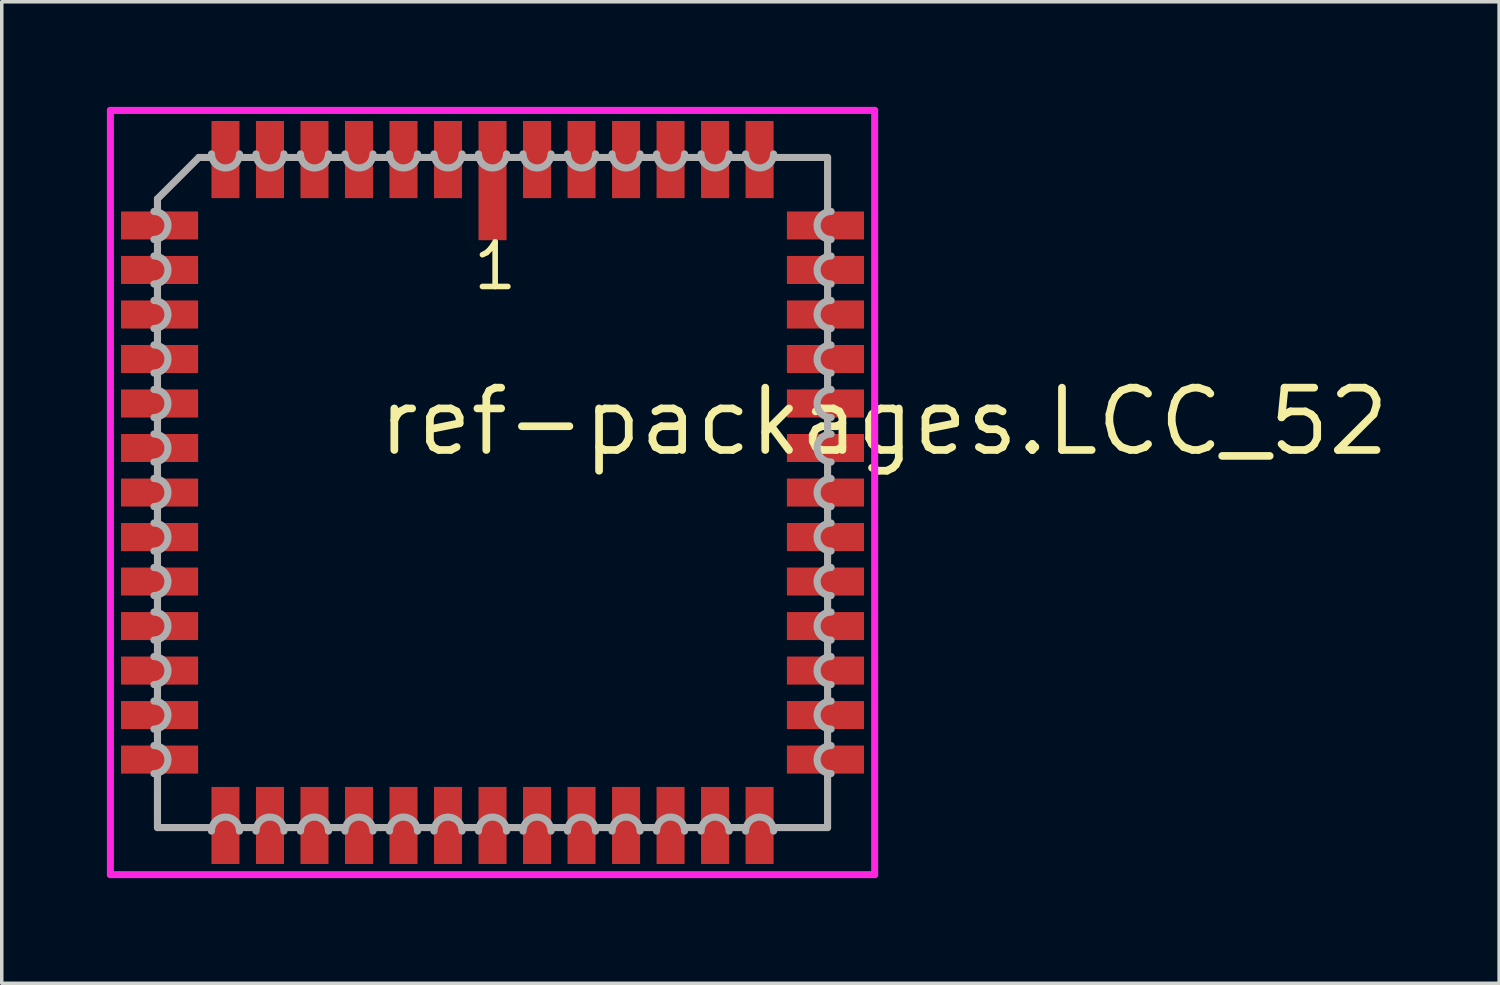
<source format=kicad_pcb>
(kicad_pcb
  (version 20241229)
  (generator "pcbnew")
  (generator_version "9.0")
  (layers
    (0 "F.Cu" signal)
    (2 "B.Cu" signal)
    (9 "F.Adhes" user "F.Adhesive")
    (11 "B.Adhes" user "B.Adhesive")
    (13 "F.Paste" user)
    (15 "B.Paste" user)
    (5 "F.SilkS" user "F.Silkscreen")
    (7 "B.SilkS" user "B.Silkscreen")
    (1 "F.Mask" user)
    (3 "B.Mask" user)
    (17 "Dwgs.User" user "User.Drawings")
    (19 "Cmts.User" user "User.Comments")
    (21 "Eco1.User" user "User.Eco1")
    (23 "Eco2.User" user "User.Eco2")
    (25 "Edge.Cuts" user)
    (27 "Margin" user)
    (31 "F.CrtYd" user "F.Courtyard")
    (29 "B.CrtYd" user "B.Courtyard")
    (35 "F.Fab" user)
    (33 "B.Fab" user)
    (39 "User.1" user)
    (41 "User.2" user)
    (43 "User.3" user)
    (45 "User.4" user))
  (footprint "ref-packages.LCC_52"
    (layer "F.Cu")
    (at 11.003 11.003)
    (property "Reference" "ref-packages.LCC_52" (at -3.37 -0.985 0) (layer "F.SilkS") (effects (font (size 1.778 1.778) (thickness 0.22)) (justify left bottom)))
    (attr smd)
    (fp_line (start -10.903 -10.903) (end 10.903 -10.903) (stroke (width 0.2) (type default)) (layer "F.CrtYd"))
    (fp_line (start -10.903 10.903) (end -10.903 -10.903) (stroke (width 0.2) (type default)) (layer "F.CrtYd"))
    (fp_line (start 10.903 -10.903) (end 10.903 10.903) (stroke (width 0.2) (type default)) (layer "F.CrtYd"))
    (fp_line (start 10.903 10.903) (end -10.903 10.903) (stroke (width 0.2) (type default)) (layer "F.CrtYd"))
    (fp_line (start -9.56 -8.38) (end -9.56 -8.02) (stroke (width 0.203) (type default)) (layer "F.Fab"))
    (fp_line (start -9.56 -7.22) (end -9.56 -6.75) (stroke (width 0.203) (type default)) (layer "F.Fab"))
    (fp_line (start -9.56 -5.95) (end -9.56 -5.48) (stroke (width 0.203) (type default)) (layer "F.Fab"))
    (fp_line (start -9.56 -4.68) (end -9.56 -4.21) (stroke (width 0.203) (type default)) (layer "F.Fab"))
    (fp_line (start -9.56 -3.41) (end -9.56 -2.94) (stroke (width 0.203) (type default)) (layer "F.Fab"))
    (fp_line (start -9.56 -2.14) (end -9.56 -1.67) (stroke (width 0.203) (type default)) (layer "F.Fab"))
    (fp_line (start -9.56 -0.87) (end -9.56 -0.4) (stroke (width 0.203) (type default)) (layer "F.Fab"))
    (fp_line (start -9.56 0.4) (end -9.56 0.87) (stroke (width 0.203) (type default)) (layer "F.Fab"))
    (fp_line (start -9.56 1.67) (end -9.56 2.14) (stroke (width 0.203) (type default)) (layer "F.Fab"))
    (fp_line (start -9.56 2.94) (end -9.56 3.41) (stroke (width 0.203) (type default)) (layer "F.Fab"))
    (fp_line (start -9.56 4.21) (end -9.56 4.68) (stroke (width 0.203) (type default)) (layer "F.Fab"))
    (fp_line (start -9.56 5.48) (end -9.56 5.95) (stroke (width 0.203) (type default)) (layer "F.Fab"))
    (fp_line (start -9.56 6.75) (end -9.56 7.22) (stroke (width 0.203) (type default)) (layer "F.Fab"))
    (fp_line (start -9.56 8.02) (end -9.56 9.56) (stroke (width 0.203) (type default)) (layer "F.Fab"))
    (fp_line (start -9.56 9.56) (end -8.02 9.56) (stroke (width 0.203) (type default)) (layer "F.Fab"))
    (fp_line (start -8.38 -9.56) (end -9.56 -8.38) (stroke (width 0.203) (type default)) (layer "F.Fab"))
    (fp_line (start -8.02 -9.56) (end -8.38 -9.56) (stroke (width 0.203) (type default)) (layer "F.Fab"))
    (fp_line (start -7.22 9.56) (end -6.75 9.56) (stroke (width 0.203) (type default)) (layer "F.Fab"))
    (fp_line (start -6.75 -9.56) (end -7.22 -9.56) (stroke (width 0.203) (type default)) (layer "F.Fab"))
    (fp_line (start -5.95 9.56) (end -5.48 9.56) (stroke (width 0.203) (type default)) (layer "F.Fab"))
    (fp_line (start -5.48 -9.56) (end -5.95 -9.56) (stroke (width 0.203) (type default)) (layer "F.Fab"))
    (fp_line (start -4.68 9.56) (end -4.21 9.56) (stroke (width 0.203) (type default)) (layer "F.Fab"))
    (fp_line (start -4.21 -9.56) (end -4.68 -9.56) (stroke (width 0.203) (type default)) (layer "F.Fab"))
    (fp_line (start -3.41 9.56) (end -2.94 9.56) (stroke (width 0.203) (type default)) (layer "F.Fab"))
    (fp_line (start -2.94 -9.56) (end -3.41 -9.56) (stroke (width 0.203) (type default)) (layer "F.Fab"))
    (fp_line (start -2.14 9.56) (end -1.67 9.56) (stroke (width 0.203) (type default)) (layer "F.Fab"))
    (fp_line (start -1.67 -9.56) (end -2.14 -9.56) (stroke (width 0.203) (type default)) (layer "F.Fab"))
    (fp_line (start -0.87 9.56) (end -0.4 9.56) (stroke (width 0.203) (type default)) (layer "F.Fab"))
    (fp_line (start -0.4 -9.56) (end -0.87 -9.56) (stroke (width 0.203) (type default)) (layer "F.Fab"))
    (fp_line (start 0.4 9.56) (end 0.87 9.56) (stroke (width 0.203) (type default)) (layer "F.Fab"))
    (fp_line (start 0.87 -9.56) (end 0.4 -9.56) (stroke (width 0.203) (type default)) (layer "F.Fab"))
    (fp_line (start 1.67 9.56) (end 2.14 9.56) (stroke (width 0.203) (type default)) (layer "F.Fab"))
    (fp_line (start 2.14 -9.56) (end 1.67 -9.56) (stroke (width 0.203) (type default)) (layer "F.Fab"))
    (fp_line (start 2.94 9.56) (end 3.41 9.56) (stroke (width 0.203) (type default)) (layer "F.Fab"))
    (fp_line (start 3.41 -9.56) (end 2.94 -9.56) (stroke (width 0.203) (type default)) (layer "F.Fab"))
    (fp_line (start 4.21 9.56) (end 4.68 9.56) (stroke (width 0.203) (type default)) (layer "F.Fab"))
    (fp_line (start 4.68 -9.56) (end 4.21 -9.56) (stroke (width 0.203) (type default)) (layer "F.Fab"))
    (fp_line (start 5.48 9.56) (end 5.95 9.56) (stroke (width 0.203) (type default)) (layer "F.Fab"))
    (fp_line (start 5.95 -9.56) (end 5.48 -9.56) (stroke (width 0.203) (type default)) (layer "F.Fab"))
    (fp_line (start 6.75 9.56) (end 7.22 9.56) (stroke (width 0.203) (type default)) (layer "F.Fab"))
    (fp_line (start 7.22 -9.56) (end 6.75 -9.56) (stroke (width 0.203) (type default)) (layer "F.Fab"))
    (fp_line (start 8.02 9.56) (end 9.56 9.56) (stroke (width 0.203) (type default)) (layer "F.Fab"))
    (fp_line (start 9.56 -9.56) (end 8.02 -9.56) (stroke (width 0.203) (type default)) (layer "F.Fab"))
    (fp_line (start 9.56 -8.02) (end 9.56 -9.56) (stroke (width 0.203) (type default)) (layer "F.Fab"))
    (fp_line (start 9.56 -6.75) (end 9.56 -7.22) (stroke (width 0.203) (type default)) (layer "F.Fab"))
    (fp_line (start 9.56 -5.48) (end 9.56 -5.95) (stroke (width 0.203) (type default)) (layer "F.Fab"))
    (fp_line (start 9.56 -4.21) (end 9.56 -4.68) (stroke (width 0.203) (type default)) (layer "F.Fab"))
    (fp_line (start 9.56 -2.94) (end 9.56 -3.41) (stroke (width 0.203) (type default)) (layer "F.Fab"))
    (fp_line (start 9.56 -1.67) (end 9.56 -2.14) (stroke (width 0.203) (type default)) (layer "F.Fab"))
    (fp_line (start 9.56 -0.4) (end 9.56 -0.87) (stroke (width 0.203) (type default)) (layer "F.Fab"))
    (fp_line (start 9.56 0.87) (end 9.56 0.4) (stroke (width 0.203) (type default)) (layer "F.Fab"))
    (fp_line (start 9.56 2.14) (end 9.56 1.67) (stroke (width 0.203) (type default)) (layer "F.Fab"))
    (fp_line (start 9.56 3.41) (end 9.56 2.94) (stroke (width 0.203) (type default)) (layer "F.Fab"))
    (fp_line (start 9.56 4.68) (end 9.56 4.21) (stroke (width 0.203) (type default)) (layer "F.Fab"))
    (fp_line (start 9.56 5.95) (end 9.56 5.48) (stroke (width 0.203) (type default)) (layer "F.Fab"))
    (fp_line (start 9.56 7.22) (end 9.56 6.75) (stroke (width 0.203) (type default)) (layer "F.Fab"))
    (fp_line (start 9.56 9.56) (end 9.56 8.02) (stroke (width 0.203) (type default)) (layer "F.Fab"))
    (fp_arc (start -9.6599 -8.02) (mid -9.2599 -7.62) (end -9.6599 -7.22) (stroke (width 0.2032) (type default)) (layer "F.Fab"))
    (fp_arc (start -9.6599 -6.75) (mid -9.2599 -6.35) (end -9.6599 -5.95) (stroke (width 0.2032) (type default)) (layer "F.Fab"))
    (fp_arc (start -9.6599 -5.48) (mid -9.2599 -5.08) (end -9.6599 -4.68) (stroke (width 0.2032) (type default)) (layer "F.Fab"))
    (fp_arc (start -9.6599 -4.21) (mid -9.2599 -3.81) (end -9.6599 -3.41) (stroke (width 0.2032) (type default)) (layer "F.Fab"))
    (fp_arc (start -9.6599 -2.94) (mid -9.2599 -2.54) (end -9.6599 -2.14) (stroke (width 0.2032) (type default)) (layer "F.Fab"))
    (fp_arc (start -9.6599 -1.67) (mid -9.2599 -1.27) (end -9.6599 -0.87) (stroke (width 0.2032) (type default)) (layer "F.Fab"))
    (fp_arc (start -9.6599 -0.4001) (mid -9.2598 0) (end -9.6599 0.4001) (stroke (width 0.2032) (type default)) (layer "F.Fab"))
    (fp_arc (start -9.6599 0.8699) (mid -9.2598 1.27) (end -9.6599 1.6701) (stroke (width 0.2032) (type default)) (layer "F.Fab"))
    (fp_arc (start -9.6599 2.1399) (mid -9.2598 2.54) (end -9.6599 2.9401) (stroke (width 0.2032) (type default)) (layer "F.Fab"))
    (fp_arc (start -9.6599 3.4099) (mid -9.2598 3.81) (end -9.6599 4.2101) (stroke (width 0.2032) (type default)) (layer "F.Fab"))
    (fp_arc (start -9.6599 4.6799) (mid -9.2598 5.08) (end -9.6599 5.4801) (stroke (width 0.2032) (type default)) (layer "F.Fab"))
    (fp_arc (start -9.6599 5.9499) (mid -9.2598 6.35) (end -9.6599 6.7501) (stroke (width 0.2032) (type default)) (layer "F.Fab"))
    (fp_arc (start -9.6599 7.2199) (mid -9.2598 7.62) (end -9.6599 8.0201) (stroke (width 0.2032) (type default)) (layer "F.Fab"))
    (fp_arc (start -8.0201 9.6599) (mid -7.62 9.2598) (end -7.2199 9.6599) (stroke (width 0.2032) (type default)) (layer "F.Fab"))
    (fp_arc (start -7.2199 -9.6599) (mid -7.62 -9.2598) (end -8.0201 -9.6599) (stroke (width 0.2032) (type default)) (layer "F.Fab"))
    (fp_arc (start -6.7501 9.6599) (mid -6.35 9.2598) (end -5.9499 9.6599) (stroke (width 0.2032) (type default)) (layer "F.Fab"))
    (fp_arc (start -5.9499 -9.6599) (mid -6.35 -9.2598) (end -6.7501 -9.6599) (stroke (width 0.2032) (type default)) (layer "F.Fab"))
    (fp_arc (start -5.4801 9.6599) (mid -5.08 9.2598) (end -4.6799 9.6599) (stroke (width 0.2032) (type default)) (layer "F.Fab"))
    (fp_arc (start -4.6799 -9.6599) (mid -5.08 -9.2598) (end -5.4801 -9.6599) (stroke (width 0.2032) (type default)) (layer "F.Fab"))
    (fp_arc (start -4.2101 9.6599) (mid -3.81 9.2598) (end -3.4099 9.6599) (stroke (width 0.2032) (type default)) (layer "F.Fab"))
    (fp_arc (start -3.4099 -9.6599) (mid -3.81 -9.2598) (end -4.2101 -9.6599) (stroke (width 0.2032) (type default)) (layer "F.Fab"))
    (fp_arc (start -2.9401 9.6599) (mid -2.54 9.2598) (end -2.1399 9.6599) (stroke (width 0.2032) (type default)) (layer "F.Fab"))
    (fp_arc (start -2.1399 -9.6599) (mid -2.54 -9.2598) (end -2.9401 -9.6599) (stroke (width 0.2032) (type default)) (layer "F.Fab"))
    (fp_arc (start -1.6701 9.6599) (mid -1.27 9.2598) (end -0.8699 9.6599) (stroke (width 0.2032) (type default)) (layer "F.Fab"))
    (fp_arc (start -0.8699 -9.6599) (mid -1.27 -9.2598) (end -1.6701 -9.6599) (stroke (width 0.2032) (type default)) (layer "F.Fab"))
    (fp_arc (start -0.4001 9.6599) (mid 0 9.2598) (end 0.4001 9.6599) (stroke (width 0.2032) (type default)) (layer "F.Fab"))
    (fp_arc (start 0.4001 -9.6599) (mid 0 -9.2598) (end -0.4001 -9.6599) (stroke (width 0.2032) (type default)) (layer "F.Fab"))
    (fp_arc (start 0.87 9.6599) (mid 1.27 9.2599) (end 1.67 9.6599) (stroke (width 0.2032) (type default)) (layer "F.Fab"))
    (fp_arc (start 1.67 -9.6599) (mid 1.27 -9.2599) (end 0.87 -9.6599) (stroke (width 0.2032) (type default)) (layer "F.Fab"))
    (fp_arc (start 2.14 9.6599) (mid 2.54 9.2599) (end 2.94 9.6599) (stroke (width 0.2032) (type default)) (layer "F.Fab"))
    (fp_arc (start 2.94 -9.6599) (mid 2.54 -9.2599) (end 2.14 -9.6599) (stroke (width 0.2032) (type default)) (layer "F.Fab"))
    (fp_arc (start 3.41 9.6599) (mid 3.81 9.2599) (end 4.21 9.6599) (stroke (width 0.2032) (type default)) (layer "F.Fab"))
    (fp_arc (start 4.21 -9.6599) (mid 3.81 -9.2599) (end 3.41 -9.6599) (stroke (width 0.2032) (type default)) (layer "F.Fab"))
    (fp_arc (start 4.68 9.6599) (mid 5.08 9.2599) (end 5.48 9.6599) (stroke (width 0.2032) (type default)) (layer "F.Fab"))
    (fp_arc (start 5.48 -9.6599) (mid 5.08 -9.2599) (end 4.68 -9.6599) (stroke (width 0.2032) (type default)) (layer "F.Fab"))
    (fp_arc (start 5.95 9.6599) (mid 6.35 9.2599) (end 6.75 9.6599) (stroke (width 0.2032) (type default)) (layer "F.Fab"))
    (fp_arc (start 6.75 -9.6599) (mid 6.35 -9.2599) (end 5.95 -9.6599) (stroke (width 0.2032) (type default)) (layer "F.Fab"))
    (fp_arc (start 7.22 9.6599) (mid 7.62 9.2599) (end 8.02 9.6599) (stroke (width 0.2032) (type default)) (layer "F.Fab"))
    (fp_arc (start 8.02 -9.6599) (mid 7.62 -9.2599) (end 7.22 -9.6599) (stroke (width 0.2032) (type default)) (layer "F.Fab"))
    (fp_arc (start 9.6599 -7.2199) (mid 9.2598 -7.62) (end 9.6599 -8.0201) (stroke (width 0.2032) (type default)) (layer "F.Fab"))
    (fp_arc (start 9.6599 -5.9499) (mid 9.2598 -6.35) (end 9.6599 -6.7501) (stroke (width 0.2032) (type default)) (layer "F.Fab"))
    (fp_arc (start 9.6599 -4.68) (mid 9.2599 -5.08) (end 9.6599 -5.48) (stroke (width 0.2032) (type default)) (layer "F.Fab"))
    (fp_arc (start 9.6599 -3.41) (mid 9.2599 -3.81) (end 9.6599 -4.21) (stroke (width 0.2032) (type default)) (layer "F.Fab"))
    (fp_arc (start 9.6599 -2.14) (mid 9.2599 -2.54) (end 9.6599 -2.94) (stroke (width 0.2032) (type default)) (layer "F.Fab"))
    (fp_arc (start 9.6599 -0.87) (mid 9.2599 -1.27) (end 9.6599 -1.67) (stroke (width 0.2032) (type default)) (layer "F.Fab"))
    (fp_arc (start 9.6599 0.4001) (mid 9.2598 0) (end 9.6599 -0.4001) (stroke (width 0.2032) (type default)) (layer "F.Fab"))
    (fp_arc (start 9.6599 1.67) (mid 9.2599 1.27) (end 9.6599 0.87) (stroke (width 0.2032) (type default)) (layer "F.Fab"))
    (fp_arc (start 9.6599 2.94) (mid 9.2599 2.54) (end 9.6599 2.14) (stroke (width 0.2032) (type default)) (layer "F.Fab"))
    (fp_arc (start 9.6599 4.21) (mid 9.2599 3.81) (end 9.6599 3.41) (stroke (width 0.2032) (type default)) (layer "F.Fab"))
    (fp_arc (start 9.6599 5.48) (mid 9.2599 5.08) (end 9.6599 4.68) (stroke (width 0.2032) (type default)) (layer "F.Fab"))
    (fp_arc (start 9.6599 6.75) (mid 9.2599 6.35) (end 9.6599 5.95) (stroke (width 0.2032) (type default)) (layer "F.Fab"))
    (fp_arc (start 9.6599 8.02) (mid 9.2599 7.62) (end 9.6599 7.22) (stroke (width 0.2032) (type default)) (layer "F.Fab"))
    (fp_text user "1" (at -0.635 -5.715 0) (layer "F.SilkS") (effects (font (size 1.27 1.27) (thickness 0.16)) (justify left bottom)))
    (pad "1" smd roundrect (at 0 -8.9) (size 0.8 3.4) (layers "F.Cu" "F.Mask" "F.Paste") (roundrect_rratio 0.01))
    (pad "2" smd roundrect (at -1.27 -9.5) (size 0.8 2.2) (layers "F.Cu" "F.Mask" "F.Paste") (roundrect_rratio 0.01))
    (pad "3" smd roundrect (at -2.54 -9.5) (size 0.8 2.2) (layers "F.Cu" "F.Mask" "F.Paste") (roundrect_rratio 0.01))
    (pad "4" smd roundrect (at -3.81 -9.5) (size 0.8 2.2) (layers "F.Cu" "F.Mask" "F.Paste") (roundrect_rratio 0.01))
    (pad "5" smd roundrect (at -5.08 -9.5) (size 0.8 2.2) (layers "F.Cu" "F.Mask" "F.Paste") (roundrect_rratio 0.01))
    (pad "6" smd roundrect (at -6.35 -9.5) (size 0.8 2.2) (layers "F.Cu" "F.Mask" "F.Paste") (roundrect_rratio 0.01))
    (pad "7" smd roundrect (at -7.62 -9.5) (size 0.8 2.2) (layers "F.Cu" "F.Mask" "F.Paste") (roundrect_rratio 0.01))
    (pad "8" smd roundrect (at -9.5 -7.62) (size 2.2 0.8) (layers "F.Cu" "F.Mask" "F.Paste") (roundrect_rratio 0.01))
    (pad "9" smd roundrect (at -9.5 -6.35) (size 2.2 0.8) (layers "F.Cu" "F.Mask" "F.Paste") (roundrect_rratio 0.01))
    (pad "10" smd roundrect (at -9.5 -5.08) (size 2.2 0.8) (layers "F.Cu" "F.Mask" "F.Paste") (roundrect_rratio 0.01))
    (pad "11" smd roundrect (at -9.5 -3.81) (size 2.2 0.8) (layers "F.Cu" "F.Mask" "F.Paste") (roundrect_rratio 0.01))
    (pad "12" smd roundrect (at -9.5 -2.54) (size 2.2 0.8) (layers "F.Cu" "F.Mask" "F.Paste") (roundrect_rratio 0.01))
    (pad "13" smd roundrect (at -9.5 -1.27) (size 2.2 0.8) (layers "F.Cu" "F.Mask" "F.Paste") (roundrect_rratio 0.01))
    (pad "14" smd roundrect (at -9.5 0) (size 2.2 0.8) (layers "F.Cu" "F.Mask" "F.Paste") (roundrect_rratio 0.01))
    (pad "15" smd roundrect (at -9.5 1.27) (size 2.2 0.8) (layers "F.Cu" "F.Mask" "F.Paste") (roundrect_rratio 0.01))
    (pad "16" smd roundrect (at -9.5 2.54) (size 2.2 0.8) (layers "F.Cu" "F.Mask" "F.Paste") (roundrect_rratio 0.01))
    (pad "17" smd roundrect (at -9.5 3.81) (size 2.2 0.8) (layers "F.Cu" "F.Mask" "F.Paste") (roundrect_rratio 0.01))
    (pad "18" smd roundrect (at -9.5 5.08) (size 2.2 0.8) (layers "F.Cu" "F.Mask" "F.Paste") (roundrect_rratio 0.01))
    (pad "19" smd roundrect (at -9.5 6.35) (size 2.2 0.8) (layers "F.Cu" "F.Mask" "F.Paste") (roundrect_rratio 0.01))
    (pad "20" smd roundrect (at -9.5 7.62) (size 2.2 0.8) (layers "F.Cu" "F.Mask" "F.Paste") (roundrect_rratio 0.01))
    (pad "21" smd roundrect (at -7.62 9.5) (size 0.8 2.2) (layers "F.Cu" "F.Mask" "F.Paste") (roundrect_rratio 0.01))
    (pad "22" smd roundrect (at -6.35 9.5) (size 0.8 2.2) (layers "F.Cu" "F.Mask" "F.Paste") (roundrect_rratio 0.01))
    (pad "23" smd roundrect (at -5.08 9.5) (size 0.8 2.2) (layers "F.Cu" "F.Mask" "F.Paste") (roundrect_rratio 0.01))
    (pad "24" smd roundrect (at -3.81 9.5) (size 0.8 2.2) (layers "F.Cu" "F.Mask" "F.Paste") (roundrect_rratio 0.01))
    (pad "25" smd roundrect (at -2.54 9.5) (size 0.8 2.2) (layers "F.Cu" "F.Mask" "F.Paste") (roundrect_rratio 0.01))
    (pad "26" smd roundrect (at -1.27 9.5) (size 0.8 2.2) (layers "F.Cu" "F.Mask" "F.Paste") (roundrect_rratio 0.01))
    (pad "27" smd roundrect (at 0 9.5) (size 0.8 2.2) (layers "F.Cu" "F.Mask" "F.Paste") (roundrect_rratio 0.01))
    (pad "28" smd roundrect (at 1.27 9.5) (size 0.8 2.2) (layers "F.Cu" "F.Mask" "F.Paste") (roundrect_rratio 0.01))
    (pad "29" smd roundrect (at 2.54 9.5) (size 0.8 2.2) (layers "F.Cu" "F.Mask" "F.Paste") (roundrect_rratio 0.01))
    (pad "30" smd roundrect (at 3.81 9.5) (size 0.8 2.2) (layers "F.Cu" "F.Mask" "F.Paste") (roundrect_rratio 0.01))
    (pad "31" smd roundrect (at 5.08 9.5) (size 0.8 2.2) (layers "F.Cu" "F.Mask" "F.Paste") (roundrect_rratio 0.01))
    (pad "32" smd roundrect (at 6.35 9.5) (size 0.8 2.2) (layers "F.Cu" "F.Mask" "F.Paste") (roundrect_rratio 0.01))
    (pad "33" smd roundrect (at 7.62 9.5) (size 0.8 2.2) (layers "F.Cu" "F.Mask" "F.Paste") (roundrect_rratio 0.01))
    (pad "34" smd roundrect (at 9.5 7.62) (size 2.2 0.8) (layers "F.Cu" "F.Mask" "F.Paste") (roundrect_rratio 0.01))
    (pad "35" smd roundrect (at 9.5 6.35) (size 2.2 0.8) (layers "F.Cu" "F.Mask" "F.Paste") (roundrect_rratio 0.01))
    (pad "36" smd roundrect (at 9.5 5.08) (size 2.2 0.8) (layers "F.Cu" "F.Mask" "F.Paste") (roundrect_rratio 0.01))
    (pad "37" smd roundrect (at 9.5 3.81) (size 2.2 0.8) (layers "F.Cu" "F.Mask" "F.Paste") (roundrect_rratio 0.01))
    (pad "38" smd roundrect (at 9.5 2.54) (size 2.2 0.8) (layers "F.Cu" "F.Mask" "F.Paste") (roundrect_rratio 0.01))
    (pad "39" smd roundrect (at 9.5 1.27) (size 2.2 0.8) (layers "F.Cu" "F.Mask" "F.Paste") (roundrect_rratio 0.01))
    (pad "40" smd roundrect (at 9.5 0) (size 2.2 0.8) (layers "F.Cu" "F.Mask" "F.Paste") (roundrect_rratio 0.01))
    (pad "41" smd roundrect (at 9.5 -1.27) (size 2.2 0.8) (layers "F.Cu" "F.Mask" "F.Paste") (roundrect_rratio 0.01))
    (pad "42" smd roundrect (at 9.5 -2.54) (size 2.2 0.8) (layers "F.Cu" "F.Mask" "F.Paste") (roundrect_rratio 0.01))
    (pad "43" smd roundrect (at 9.5 -3.81) (size 2.2 0.8) (layers "F.Cu" "F.Mask" "F.Paste") (roundrect_rratio 0.01))
    (pad "44" smd roundrect (at 9.5 -5.08) (size 2.2 0.8) (layers "F.Cu" "F.Mask" "F.Paste") (roundrect_rratio 0.01))
    (pad "45" smd roundrect (at 9.5 -6.35) (size 2.2 0.8) (layers "F.Cu" "F.Mask" "F.Paste") (roundrect_rratio 0.01))
    (pad "46" smd roundrect (at 9.5 -7.62) (size 2.2 0.8) (layers "F.Cu" "F.Mask" "F.Paste") (roundrect_rratio 0.01))
    (pad "47" smd roundrect (at 7.62 -9.5) (size 0.8 2.2) (layers "F.Cu" "F.Mask" "F.Paste") (roundrect_rratio 0.01))
    (pad "48" smd roundrect (at 6.35 -9.5) (size 0.8 2.2) (layers "F.Cu" "F.Mask" "F.Paste") (roundrect_rratio 0.01))
    (pad "49" smd roundrect (at 5.08 -9.5) (size 0.8 2.2) (layers "F.Cu" "F.Mask" "F.Paste") (roundrect_rratio 0.01))
    (pad "50" smd roundrect (at 3.81 -9.5) (size 0.8 2.2) (layers "F.Cu" "F.Mask" "F.Paste") (roundrect_rratio 0.01))
    (pad "51" smd roundrect (at 2.54 -9.5) (size 0.8 2.2) (layers "F.Cu" "F.Mask" "F.Paste") (roundrect_rratio 0.01))
    (pad "52" smd roundrect (at 1.27 -9.5) (size 0.8 2.2) (layers "F.Cu" "F.Mask" "F.Paste") (roundrect_rratio 0.01)))
  (gr_rect
    (start -3 -3)
    (end 39.724 25.006)
    (stroke (width 0.1) (type default))
    (fill no)
    (layer "Edge.Cuts")))
</source>
